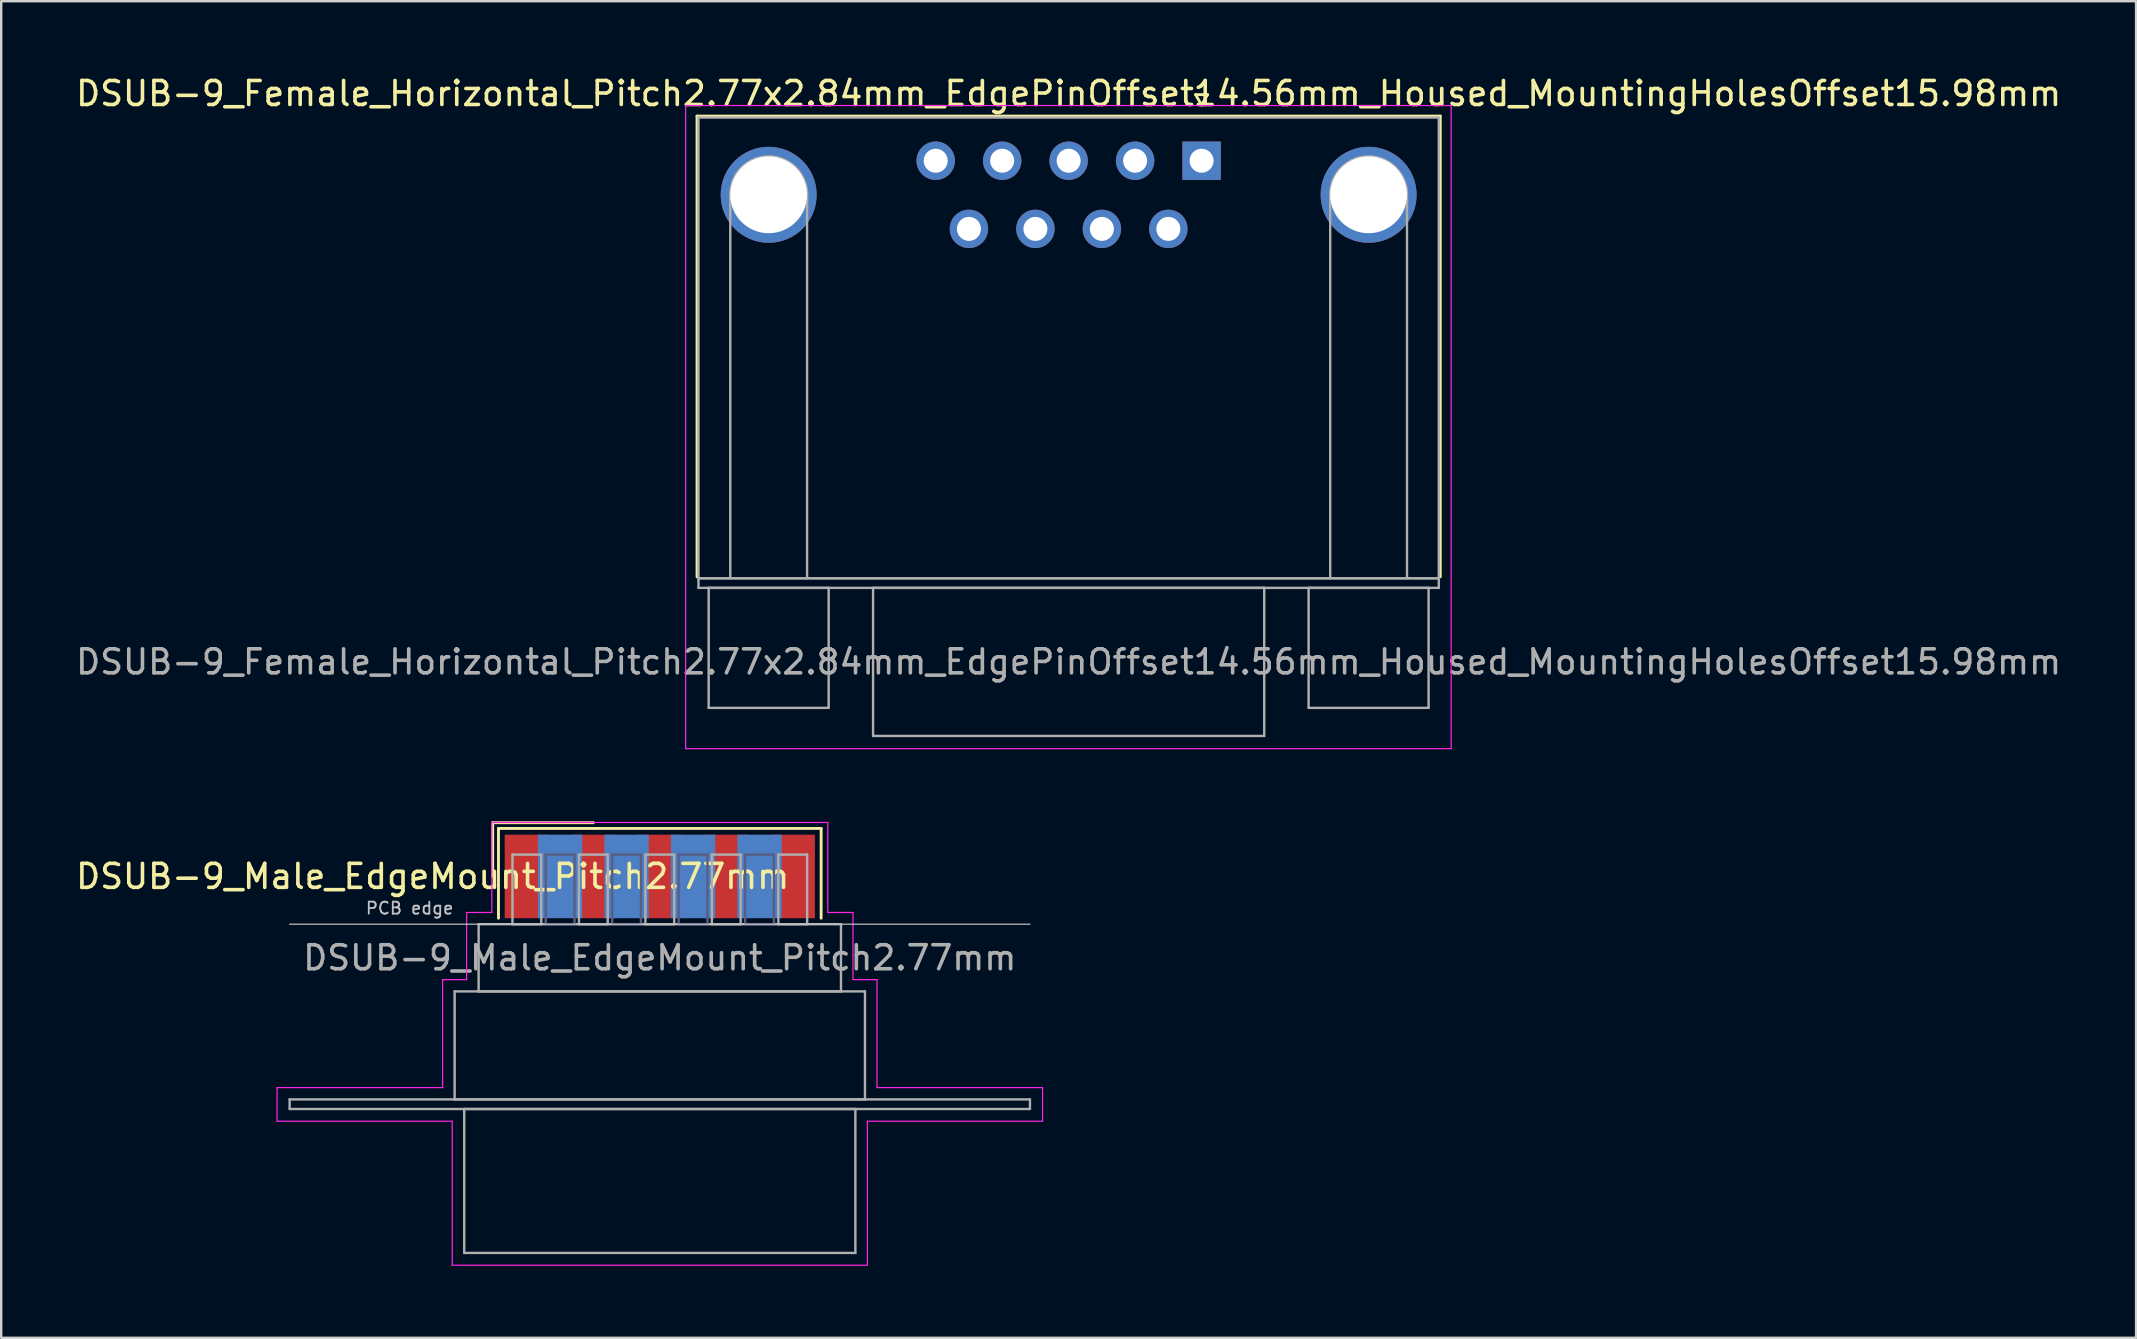
<source format=kicad_pcb>
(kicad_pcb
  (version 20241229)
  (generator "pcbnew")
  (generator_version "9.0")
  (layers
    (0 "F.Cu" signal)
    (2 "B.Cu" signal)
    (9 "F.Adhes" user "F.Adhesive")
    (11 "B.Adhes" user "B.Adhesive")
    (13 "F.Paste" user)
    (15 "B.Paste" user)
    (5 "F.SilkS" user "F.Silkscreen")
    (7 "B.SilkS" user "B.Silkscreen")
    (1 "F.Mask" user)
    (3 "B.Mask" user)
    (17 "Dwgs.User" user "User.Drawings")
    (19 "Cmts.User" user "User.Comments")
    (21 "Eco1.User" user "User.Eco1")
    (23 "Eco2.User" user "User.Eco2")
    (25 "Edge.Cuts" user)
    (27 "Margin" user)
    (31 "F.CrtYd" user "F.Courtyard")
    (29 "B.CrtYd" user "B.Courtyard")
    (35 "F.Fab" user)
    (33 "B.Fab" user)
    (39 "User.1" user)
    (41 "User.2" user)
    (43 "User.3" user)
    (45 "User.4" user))
  (footprint "DSUB-9_Female_Horizontal_Pitch2.77x2.84mm_EdgePinOffset14.56mm_Housed_MountingHolesOffset15.98mm"
    (layer "F.Cu")
    (at 47.022 3.648)
    (property "Reference" "DSUB-9_Female_Horizontal_Pitch2.77x2.84mm_EdgePinOffset14.56mm_Housed_MountingHolesOffset15.98mm" (at -5.54 -2.8 0) (layer "F.SilkS") (effects (font (size 1 1) (thickness 0.15))))
    (attr through_hole)
    (fp_line (start -21.025 -1.86) (end 9.945 -1.86) (stroke (width 0.12) (type solid)) (layer "F.SilkS"))
    (fp_line (start -21.025 17.34) (end -21.025 -1.86) (stroke (width 0.12) (type solid)) (layer "F.SilkS"))
    (fp_line (start -0.25 -2.754) (end 0.25 -2.754) (stroke (width 0.12) (type solid)) (layer "F.SilkS"))
    (fp_line (start 0 -2.321) (end -0.25 -2.754) (stroke (width 0.12) (type solid)) (layer "F.SilkS"))
    (fp_line (start 0.25 -2.754) (end 0 -2.321) (stroke (width 0.12) (type solid)) (layer "F.SilkS"))
    (fp_line (start 9.945 -1.86) (end 9.945 17.34) (stroke (width 0.12) (type solid)) (layer "F.SilkS"))
    (fp_line (start -21.5 -2.3) (end -21.5 24.5) (stroke (width 0.05) (type solid)) (layer "F.CrtYd"))
    (fp_line (start -21.5 24.5) (end 10.4 24.5) (stroke (width 0.05) (type solid)) (layer "F.CrtYd"))
    (fp_line (start 10.4 -2.3) (end -21.5 -2.3) (stroke (width 0.05) (type solid)) (layer "F.CrtYd"))
    (fp_line (start 10.4 24.5) (end 10.4 -2.3) (stroke (width 0.05) (type solid)) (layer "F.CrtYd"))
    (fp_line (start -20.965 -1.8) (end -20.965 17.4) (stroke (width 0.1) (type solid)) (layer "F.Fab"))
    (fp_line (start -20.965 17.4) (end -20.965 17.8) (stroke (width 0.1) (type solid)) (layer "F.Fab"))
    (fp_line (start -20.965 17.4) (end 9.885 17.4) (stroke (width 0.1) (type solid)) (layer "F.Fab"))
    (fp_line (start -20.965 17.8) (end 9.885 17.8) (stroke (width 0.1) (type solid)) (layer "F.Fab"))
    (fp_line (start -20.54 17.8) (end -20.54 22.8) (stroke (width 0.1) (type solid)) (layer "F.Fab"))
    (fp_line (start -20.54 22.8) (end -15.54 22.8) (stroke (width 0.1) (type solid)) (layer "F.Fab"))
    (fp_line (start -19.64 17.4) (end -19.64 1.42) (stroke (width 0.1) (type solid)) (layer "F.Fab"))
    (fp_line (start -16.44 17.4) (end -16.44 1.42) (stroke (width 0.1) (type solid)) (layer "F.Fab"))
    (fp_line (start -15.54 17.8) (end -20.54 17.8) (stroke (width 0.1) (type solid)) (layer "F.Fab"))
    (fp_line (start -15.54 22.8) (end -15.54 17.8) (stroke (width 0.1) (type solid)) (layer "F.Fab"))
    (fp_line (start -13.69 17.8) (end -13.69 23.97) (stroke (width 0.1) (type solid)) (layer "F.Fab"))
    (fp_line (start -13.69 23.97) (end 2.61 23.97) (stroke (width 0.1) (type solid)) (layer "F.Fab"))
    (fp_line (start 2.61 17.8) (end -13.69 17.8) (stroke (width 0.1) (type solid)) (layer "F.Fab"))
    (fp_line (start 2.61 23.97) (end 2.61 17.8) (stroke (width 0.1) (type solid)) (layer "F.Fab"))
    (fp_line (start 4.46 17.8) (end 4.46 22.8) (stroke (width 0.1) (type solid)) (layer "F.Fab"))
    (fp_line (start 4.46 22.8) (end 9.46 22.8) (stroke (width 0.1) (type solid)) (layer "F.Fab"))
    (fp_line (start 5.36 17.4) (end 5.36 1.42) (stroke (width 0.1) (type solid)) (layer "F.Fab"))
    (fp_line (start 8.56 17.4) (end 8.56 1.42) (stroke (width 0.1) (type solid)) (layer "F.Fab"))
    (fp_line (start 9.46 17.8) (end 4.46 17.8) (stroke (width 0.1) (type solid)) (layer "F.Fab"))
    (fp_line (start 9.46 22.8) (end 9.46 17.8) (stroke (width 0.1) (type solid)) (layer "F.Fab"))
    (fp_line (start 9.885 -1.8) (end -20.965 -1.8) (stroke (width 0.1) (type solid)) (layer "F.Fab"))
    (fp_line (start 9.885 17.4) (end -20.965 17.4) (stroke (width 0.1) (type solid)) (layer "F.Fab"))
    (fp_line (start 9.885 17.4) (end 9.885 -1.8) (stroke (width 0.1) (type solid)) (layer "F.Fab"))
    (fp_line (start 9.885 17.8) (end 9.885 17.4) (stroke (width 0.1) (type solid)) (layer "F.Fab"))
    (fp_arc (start -19.64 1.42) (mid -18.04 -0.18) (end -16.44 1.42) (stroke (width 0.1) (type solid)) (layer "F.Fab"))
    (fp_arc (start 5.36 1.42) (mid 6.96 -0.18) (end 8.56 1.42) (stroke (width 0.1) (type solid)) (layer "F.Fab"))
    (fp_text user "${REFERENCE}" (at -5.54 20.885 0) (layer "F.Fab") (effects (font (size 1 1) (thickness 0.15))))
    (pad "0" thru_hole circle (at -18.04 1.42) (size 4 4) (drill 3.2) (layers "*.Cu" "*.Mask"))
    (pad "0" thru_hole circle (at 6.96 1.42) (size 4 4) (drill 3.2) (layers "*.Cu" "*.Mask"))
    (pad "1" thru_hole rect (at 0 0) (size 1.6 1.6) (drill 1) (layers "*.Cu" "*.Mask"))
    (pad "2" thru_hole circle (at -2.77 0) (size 1.6 1.6) (drill 1) (layers "*.Cu" "*.Mask"))
    (pad "3" thru_hole circle (at -5.54 0) (size 1.6 1.6) (drill 1) (layers "*.Cu" "*.Mask"))
    (pad "4" thru_hole circle (at -8.31 0) (size 1.6 1.6) (drill 1) (layers "*.Cu" "*.Mask"))
    (pad "5" thru_hole circle (at -11.08 0) (size 1.6 1.6) (drill 1) (layers "*.Cu" "*.Mask"))
    (pad "6" thru_hole circle (at -1.385 2.84) (size 1.6 1.6) (drill 1) (layers "*.Cu" "*.Mask"))
    (pad "7" thru_hole circle (at -4.155 2.84) (size 1.6 1.6) (drill 1) (layers "*.Cu" "*.Mask"))
    (pad "8" thru_hole circle (at -6.925 2.84) (size 1.6 1.6) (drill 1) (layers "*.Cu" "*.Mask"))
    (pad "9" thru_hole circle (at -9.695 2.84) (size 1.6 1.6) (drill 1) (layers "*.Cu" "*.Mask")))
  (footprint "DSUB-9_Male_EdgeMount_Pitch2.77mm"
    (layer "F.Cu")
    (at 24.445 33.473)
    (property "Reference" "DSUB-9_Male_EdgeMount_Pitch2.77mm" (at -9.463 0 0) (layer "F.SilkS") (effects (font (size 1 1) (thickness 0.15))))
    (attr smd)
    (fp_line (start -6.963 -2.24) (end -2.77 -2.24) (stroke (width 0.12) (type solid)) (layer "F.SilkS"))
    (fp_line (start -6.963 0) (end -6.963 -2.24) (stroke (width 0.12) (type solid)) (layer "F.SilkS"))
    (fp_line (start -6.723 -2) (end -6.723 1.74) (stroke (width 0.12) (type solid)) (layer "F.SilkS"))
    (fp_line (start 6.723 -2) (end -6.723 -2) (stroke (width 0.12) (type solid)) (layer "F.SilkS"))
    (fp_line (start 6.723 1.74) (end 6.723 -2) (stroke (width 0.12) (type solid)) (layer "F.SilkS"))
    (fp_line (start -15.425 1.99) (end 15.425 1.99) (stroke (width 0.05) (type solid)) (layer "Dwgs.User"))
    (fp_line (start -15.95 8.8) (end -9.05 8.8) (stroke (width 0.05) (type solid)) (layer "F.CrtYd"))
    (fp_line (start -15.95 10.2) (end -15.95 8.8) (stroke (width 0.05) (type solid)) (layer "F.CrtYd"))
    (fp_line (start -9.05 4.3) (end -8.05 4.3) (stroke (width 0.05) (type solid)) (layer "F.CrtYd"))
    (fp_line (start -9.05 8.8) (end -9.05 4.3) (stroke (width 0.05) (type solid)) (layer "F.CrtYd"))
    (fp_line (start -8.65 10.2) (end -15.95 10.2) (stroke (width 0.05) (type solid)) (layer "F.CrtYd"))
    (fp_line (start -8.65 16.2) (end -8.65 10.2) (stroke (width 0.05) (type solid)) (layer "F.CrtYd"))
    (fp_line (start -8.05 1.5) (end -7 1.5) (stroke (width 0.05) (type solid)) (layer "F.CrtYd"))
    (fp_line (start -8.05 4.3) (end -8.05 1.5) (stroke (width 0.05) (type solid)) (layer "F.CrtYd"))
    (fp_line (start -7 -2.25) (end 7 -2.25) (stroke (width 0.05) (type solid)) (layer "F.CrtYd"))
    (fp_line (start -7 1.5) (end -7 -2.25) (stroke (width 0.05) (type solid)) (layer "F.CrtYd"))
    (fp_line (start 7 -2.25) (end 7 1.5) (stroke (width 0.05) (type solid)) (layer "F.CrtYd"))
    (fp_line (start 7 1.5) (end 8.05 1.5) (stroke (width 0.05) (type solid)) (layer "F.CrtYd"))
    (fp_line (start 8.05 1.5) (end 8.05 4.3) (stroke (width 0.05) (type solid)) (layer "F.CrtYd"))
    (fp_line (start 8.05 4.3) (end 9.05 4.3) (stroke (width 0.05) (type solid)) (layer "F.CrtYd"))
    (fp_line (start 8.65 10.2) (end 8.65 16.2) (stroke (width 0.05) (type solid)) (layer "F.CrtYd"))
    (fp_line (start 8.65 16.2) (end -8.65 16.2) (stroke (width 0.05) (type solid)) (layer "F.CrtYd"))
    (fp_line (start 9.05 4.3) (end 9.05 8.8) (stroke (width 0.05) (type solid)) (layer "F.CrtYd"))
    (fp_line (start 9.05 8.8) (end 15.95 8.8) (stroke (width 0.05) (type solid)) (layer "F.CrtYd"))
    (fp_line (start 15.95 8.8) (end 15.95 10.2) (stroke (width 0.05) (type solid)) (layer "F.CrtYd"))
    (fp_line (start 15.95 10.2) (end 8.65 10.2) (stroke (width 0.05) (type solid)) (layer "F.CrtYd"))
    (fp_line (start -4.755 -0.91) (end -4.755 1.99) (stroke (width 0.1) (type solid)) (layer "B.Fab"))
    (fp_line (start -4.755 1.99) (end -3.555 1.99) (stroke (width 0.1) (type solid)) (layer "B.Fab"))
    (fp_line (start -3.555 -0.91) (end -4.755 -0.91) (stroke (width 0.1) (type solid)) (layer "B.Fab"))
    (fp_line (start -3.555 1.99) (end -3.555 -0.91) (stroke (width 0.1) (type solid)) (layer "B.Fab"))
    (fp_line (start -1.985 -0.91) (end -1.985 1.99) (stroke (width 0.1) (type solid)) (layer "B.Fab"))
    (fp_line (start -1.985 1.99) (end -0.785 1.99) (stroke (width 0.1) (type solid)) (layer "B.Fab"))
    (fp_line (start -0.785 -0.91) (end -1.985 -0.91) (stroke (width 0.1) (type solid)) (layer "B.Fab"))
    (fp_line (start -0.785 1.99) (end -0.785 -0.91) (stroke (width 0.1) (type solid)) (layer "B.Fab"))
    (fp_line (start 0.785 -0.91) (end 0.785 1.99) (stroke (width 0.1) (type solid)) (layer "B.Fab"))
    (fp_line (start 0.785 1.99) (end 1.985 1.99) (stroke (width 0.1) (type solid)) (layer "B.Fab"))
    (fp_line (start 1.985 -0.91) (end 0.785 -0.91) (stroke (width 0.1) (type solid)) (layer "B.Fab"))
    (fp_line (start 1.985 1.99) (end 1.985 -0.91) (stroke (width 0.1) (type solid)) (layer "B.Fab"))
    (fp_line (start 3.555 -0.91) (end 3.555 1.99) (stroke (width 0.1) (type solid)) (layer "B.Fab"))
    (fp_line (start 3.555 1.99) (end 4.755 1.99) (stroke (width 0.1) (type solid)) (layer "B.Fab"))
    (fp_line (start 4.755 -0.91) (end 3.555 -0.91) (stroke (width 0.1) (type solid)) (layer "B.Fab"))
    (fp_line (start 4.755 1.99) (end 4.755 -0.91) (stroke (width 0.1) (type solid)) (layer "B.Fab"))
    (fp_line (start -15.425 9.29) (end -15.425 9.69) (stroke (width 0.1) (type solid)) (layer "F.Fab"))
    (fp_line (start -15.425 9.69) (end 15.425 9.69) (stroke (width 0.1) (type solid)) (layer "F.Fab"))
    (fp_line (start -8.55 4.79) (end -8.55 9.29) (stroke (width 0.1) (type solid)) (layer "F.Fab"))
    (fp_line (start -8.55 9.29) (end 8.55 9.29) (stroke (width 0.1) (type solid)) (layer "F.Fab"))
    (fp_line (start -8.15 9.69) (end -8.15 15.69) (stroke (width 0.1) (type solid)) (layer "F.Fab"))
    (fp_line (start -8.15 15.69) (end 8.15 15.69) (stroke (width 0.1) (type solid)) (layer "F.Fab"))
    (fp_line (start -7.55 1.99) (end -7.55 4.79) (stroke (width 0.1) (type solid)) (layer "F.Fab"))
    (fp_line (start -7.55 4.79) (end 7.55 4.79) (stroke (width 0.1) (type solid)) (layer "F.Fab"))
    (fp_line (start -6.14 -0.91) (end -6.14 1.99) (stroke (width 0.1) (type solid)) (layer "F.Fab"))
    (fp_line (start -6.14 1.99) (end -4.94 1.99) (stroke (width 0.1) (type solid)) (layer "F.Fab"))
    (fp_line (start -4.94 -0.91) (end -6.14 -0.91) (stroke (width 0.1) (type solid)) (layer "F.Fab"))
    (fp_line (start -4.94 1.99) (end -4.94 -0.91) (stroke (width 0.1) (type solid)) (layer "F.Fab"))
    (fp_line (start -3.37 -0.91) (end -3.37 1.99) (stroke (width 0.1) (type solid)) (layer "F.Fab"))
    (fp_line (start -3.37 1.99) (end -2.17 1.99) (stroke (width 0.1) (type solid)) (layer "F.Fab"))
    (fp_line (start -2.17 -0.91) (end -3.37 -0.91) (stroke (width 0.1) (type solid)) (layer "F.Fab"))
    (fp_line (start -2.17 1.99) (end -2.17 -0.91) (stroke (width 0.1) (type solid)) (layer "F.Fab"))
    (fp_line (start -0.6 -0.91) (end -0.6 1.99) (stroke (width 0.1) (type solid)) (layer "F.Fab"))
    (fp_line (start -0.6 1.99) (end 0.6 1.99) (stroke (width 0.1) (type solid)) (layer "F.Fab"))
    (fp_line (start 0.6 -0.91) (end -0.6 -0.91) (stroke (width 0.1) (type solid)) (layer "F.Fab"))
    (fp_line (start 0.6 1.99) (end 0.6 -0.91) (stroke (width 0.1) (type solid)) (layer "F.Fab"))
    (fp_line (start 2.17 -0.91) (end 2.17 1.99) (stroke (width 0.1) (type solid)) (layer "F.Fab"))
    (fp_line (start 2.17 1.99) (end 3.37 1.99) (stroke (width 0.1) (type solid)) (layer "F.Fab"))
    (fp_line (start 3.37 -0.91) (end 2.17 -0.91) (stroke (width 0.1) (type solid)) (layer "F.Fab"))
    (fp_line (start 3.37 1.99) (end 3.37 -0.91) (stroke (width 0.1) (type solid)) (layer "F.Fab"))
    (fp_line (start 4.94 -0.91) (end 4.94 1.99) (stroke (width 0.1) (type solid)) (layer "F.Fab"))
    (fp_line (start 4.94 1.99) (end 6.14 1.99) (stroke (width 0.1) (type solid)) (layer "F.Fab"))
    (fp_line (start 6.14 -0.91) (end 4.94 -0.91) (stroke (width 0.1) (type solid)) (layer "F.Fab"))
    (fp_line (start 6.14 1.99) (end 6.14 -0.91) (stroke (width 0.1) (type solid)) (layer "F.Fab"))
    (fp_line (start 7.55 1.99) (end -7.55 1.99) (stroke (width 0.1) (type solid)) (layer "F.Fab"))
    (fp_line (start 7.55 4.79) (end 7.55 1.99) (stroke (width 0.1) (type solid)) (layer "F.Fab"))
    (fp_line (start 8.15 9.69) (end -8.15 9.69) (stroke (width 0.1) (type solid)) (layer "F.Fab"))
    (fp_line (start 8.15 15.69) (end 8.15 9.69) (stroke (width 0.1) (type solid)) (layer "F.Fab"))
    (fp_line (start 8.55 4.79) (end -8.55 4.79) (stroke (width 0.1) (type solid)) (layer "F.Fab"))
    (fp_line (start 8.55 9.29) (end 8.55 4.79) (stroke (width 0.1) (type solid)) (layer "F.Fab"))
    (fp_line (start 15.425 9.29) (end -15.425 9.29) (stroke (width 0.1) (type solid)) (layer "F.Fab"))
    (fp_line (start 15.425 9.69) (end 15.425 9.29) (stroke (width 0.1) (type solid)) (layer "F.Fab"))
    (fp_text user "PCB edge" (at -10.425 1.323 0) (layer "Dwgs.User") (effects (font (size 0.5 0.5) (thickness 0.075))))
    (fp_text user "${REFERENCE}" (at 0 3.39 0) (layer "F.Fab") (effects (font (size 1 1) (thickness 0.15))))
    (pad "1" smd rect (at -5.54 0) (size 1.847 3.48) (layers "F.Cu" "F.Mask" "F.Paste"))
    (pad "2" smd rect (at -2.77 0) (size 1.847 3.48) (layers "F.Cu" "F.Mask" "F.Paste"))
    (pad "3" smd rect (at 0 0) (size 1.847 3.48) (layers "F.Cu" "F.Mask" "F.Paste"))
    (pad "4" smd rect (at 2.77 0) (size 1.847 3.48) (layers "F.Cu" "F.Mask" "F.Paste"))
    (pad "5" smd rect (at 5.54 0) (size 1.847 3.48) (layers "F.Cu" "F.Mask" "F.Paste"))
    (pad "6" smd rect (at -4.155 0) (size 1.847 3.48) (layers "B.Cu" "B.Mask" "B.Paste"))
    (pad "7" smd rect (at -1.385 0) (size 1.847 3.48) (layers "B.Cu" "B.Mask" "B.Paste"))
    (pad "8" smd rect (at 1.385 0) (size 1.847 3.48) (layers "B.Cu" "B.Mask" "B.Paste"))
    (pad "9" smd rect (at 4.155 0) (size 1.847 3.48) (layers "B.Cu" "B.Mask" "B.Paste")))
  (gr_rect
    (start -3 -3)
    (end 85.964 52.698)
    (stroke (width 0.1) (type default))
    (fill no)
    (layer "Edge.Cuts")))
</source>
